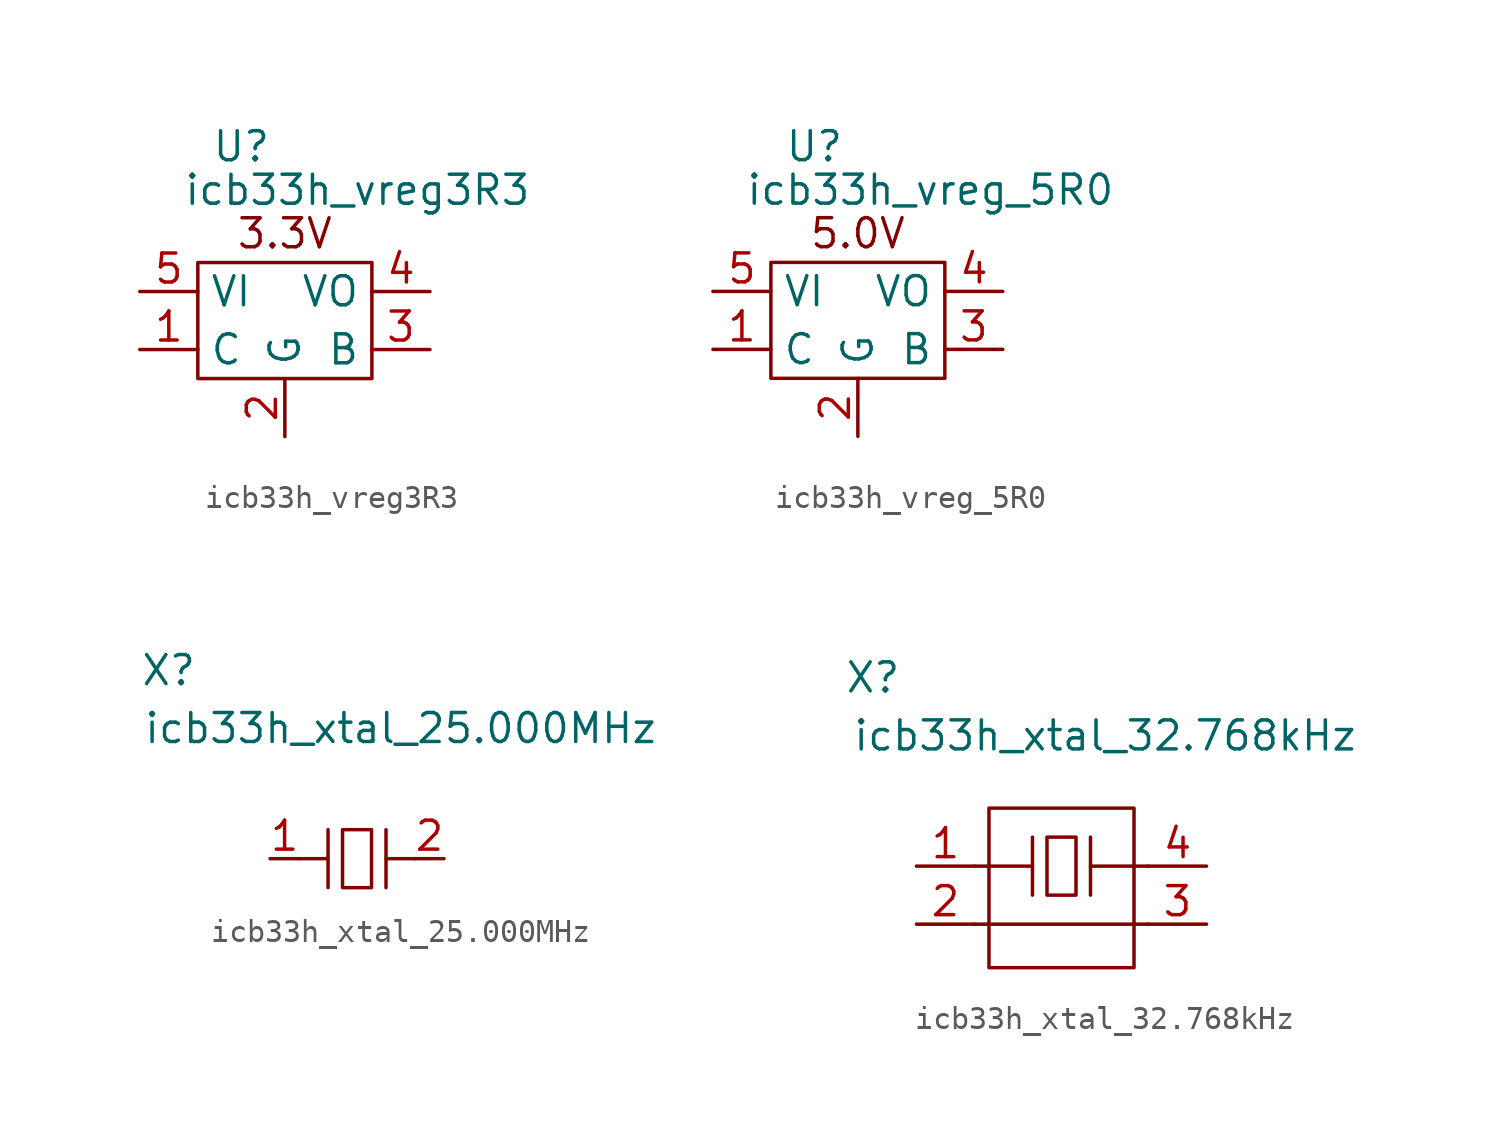
<source format=kicad_sym>
(kicad_symbol_lib
  (version 20211014)
  (generator kicad_symbol_editor)
  (symbol "icb33h_vreg3R3"
    (property "Reference" "U"
      (at -1.905 7.62 0)
      (effects (font (size 1.27 1.27))))
    (property "Value" "icb33h_vreg3R3"
      (at 3.175 5.715 0)
      (effects (font (size 1.27 1.27))))
    (symbol "icb33h_vreg3R3_0_0"
      (text "3.3V" (at 0 3.81 0) (effects (font (size 1.27 1.27)))))
    (symbol "icb33h_vreg3R3_0_1"
      (rectangle (start -3.81 2.54) (end 3.81 -2.54) (stroke (width 0) (type default) (color 0 0 0 0)) (fill (type none))))
    (symbol "icb33h_vreg3R3_1_1"
      (pin passive line (at -6.35 -1.27 0) (length 2.54) (name "C" (effects (font (size 1.27 1.27)))) (number "1" (effects (font (size 1.27 1.27)))))
      (pin passive line (at 0 -5.08 90) (length 2.54) (name "G" (effects (font (size 1.27 1.27)))) (number "2" (effects (font (size 1.27 1.27)))))
      (pin passive line (at 6.35 -1.27 180) (length 2.54) (name "B" (effects (font (size 1.27 1.27)))) (number "3" (effects (font (size 1.27 1.27)))))
      (pin passive line (at 6.35 1.27 180) (length 2.54) (name "VO" (effects (font (size 1.27 1.27)))) (number "4" (effects (font (size 1.27 1.27)))))
      (pin passive line (at -6.35 1.27 0) (length 2.54) (name "VI" (effects (font (size 1.27 1.27)))) (number "5" (effects (font (size 1.27 1.27)))))))
  (symbol "icb33h_vreg_5R0"
    (property "Reference" "U"
      (at -1.905 7.62 0)
      (effects (font (size 1.27 1.27))))
    (property "Value" "icb33h_vreg_5R0"
      (at 3.175 5.715 0)
      (effects (font (size 1.27 1.27))))
    (symbol "icb33h_vreg_5R0_0_0"
      (text "5.0V" (at 0 3.81 0) (effects (font (size 1.27 1.27)))))
    (symbol "icb33h_vreg_5R0_0_1"
      (rectangle (start -3.81 2.54) (end 3.81 -2.54) (stroke (width 0) (type default) (color 0 0 0 0)) (fill (type none))))
    (symbol "icb33h_vreg_5R0_1_1"
      (pin passive line (at -6.35 -1.27 0) (length 2.54) (name "C" (effects (font (size 1.27 1.27)))) (number "1" (effects (font (size 1.27 1.27)))))
      (pin passive line (at 0 -5.08 90) (length 2.54) (name "G" (effects (font (size 1.27 1.27)))) (number "2" (effects (font (size 1.27 1.27)))))
      (pin passive line (at 6.35 -1.27 180) (length 2.54) (name "B" (effects (font (size 1.27 1.27)))) (number "3" (effects (font (size 1.27 1.27)))))
      (pin passive line (at 6.35 1.27 180) (length 2.54) (name "VO" (effects (font (size 1.27 1.27)))) (number "4" (effects (font (size 1.27 1.27)))))
      (pin passive line (at -6.35 1.27 0) (length 2.54) (name "VI" (effects (font (size 1.27 1.27)))) (number "5" (effects (font (size 1.27 1.27)))))))
  (symbol "icb33h_xtal_25.000MHz"
    (property "Reference" "X"
      (at -8.255 9.525 0)
      (effects (font (size 1.27 1.27))))
    (property "Value" "icb33h_xtal_25.000MHz"
      (at 1.905 6.985 0)
      (effects (font (size 1.27 1.27))))
    (symbol "icb33h_xtal_25.000MHz_0_0"
      (polyline (pts (xy -1.27 1.27) (xy -2.54 1.27)) (stroke (width 0) (type default) (color 0 0 0 0)) (fill (type none)))
      (polyline (pts (xy -1.27 2.54) (xy -1.27 0)) (stroke (width 0) (type default) (color 0 0 0 0)) (fill (type none)))
      (polyline (pts (xy 1.27 1.27) (xy 2.54 1.27)) (stroke (width 0) (type default) (color 0 0 0 0)) (fill (type none)))
      (polyline (pts (xy 1.27 2.54) (xy 1.27 0)) (stroke (width 0) (type default) (color 0 0 0 0)) (fill (type none)))
      (rectangle (start 0.635 2.54) (end -0.635 0) (stroke (width 0) (type default) (color 0 0 0 0)) (fill (type none))))
    (symbol "icb33h_xtal_25.000MHz_1_1"
      (pin passive line (at -3.81 1.27 0) (length 1.27) (name "" (effects (font (size 1.27 1.27)))) (number "1" (effects (font (size 1.27 1.27)))))
      (pin passive line (at 3.81 1.27 180) (length 1.27) (name "" (effects (font (size 1.27 1.27)))) (number "2" (effects (font (size 1.27 1.27)))))))
  (symbol "icb33h_xtal_32.768kHz"
    (property "Reference" "X"
      (at -8.255 9.525 0)
      (effects (font (size 1.27 1.27))))
    (property "Value" "icb33h_xtal_32.768kHz"
      (at 1.905 6.985 0)
      (effects (font (size 1.27 1.27))))
    (symbol "icb33h_xtal_32.768kHz_0_0"
      (rectangle (start -3.175 3.81) (end 3.175 -3.175) (stroke (width 0) (type default) (color 0 0 0 0)) (fill (type none)))
      (polyline (pts (xy -3.81 -1.27) (xy 3.81 -1.27)) (stroke (width 0) (type default) (color 0 0 0 0)) (fill (type none)))
      (polyline (pts (xy -1.27 1.27) (xy -3.81 1.27)) (stroke (width 0) (type default) (color 0 0 0 0)) (fill (type none)))
      (polyline (pts (xy -1.27 2.54) (xy -1.27 0)) (stroke (width 0) (type default) (color 0 0 0 0)) (fill (type none)))
      (polyline (pts (xy 1.27 1.27) (xy 3.81 1.27)) (stroke (width 0) (type default) (color 0 0 0 0)) (fill (type none)))
      (polyline (pts (xy 1.27 2.54) (xy 1.27 0)) (stroke (width 0) (type default) (color 0 0 0 0)) (fill (type none)))
      (rectangle (start 0.635 2.54) (end -0.635 0) (stroke (width 0) (type default) (color 0 0 0 0)) (fill (type none))))
    (symbol "icb33h_xtal_32.768kHz_1_1"
      (pin passive line (at -6.35 1.27 0) (length 2.54) (name "" (effects (font (size 1.27 1.27)))) (number "1" (effects (font (size 1.27 1.27)))))
      (pin passive line (at -6.35 -1.27 0) (length 2.54) (name "" (effects (font (size 1.27 1.27)))) (number "2" (effects (font (size 1.27 1.27)))))
      (pin passive line (at 6.35 -1.27 180) (length 2.54) (name "" (effects (font (size 1.27 1.27)))) (number "3" (effects (font (size 1.27 1.27)))))
      (pin passive line (at 6.35 1.27 180) (length 2.54) (name "" (effects (font (size 1.27 1.27)))) (number "4" (effects (font (size 1.27 1.27))))))))
</source>
